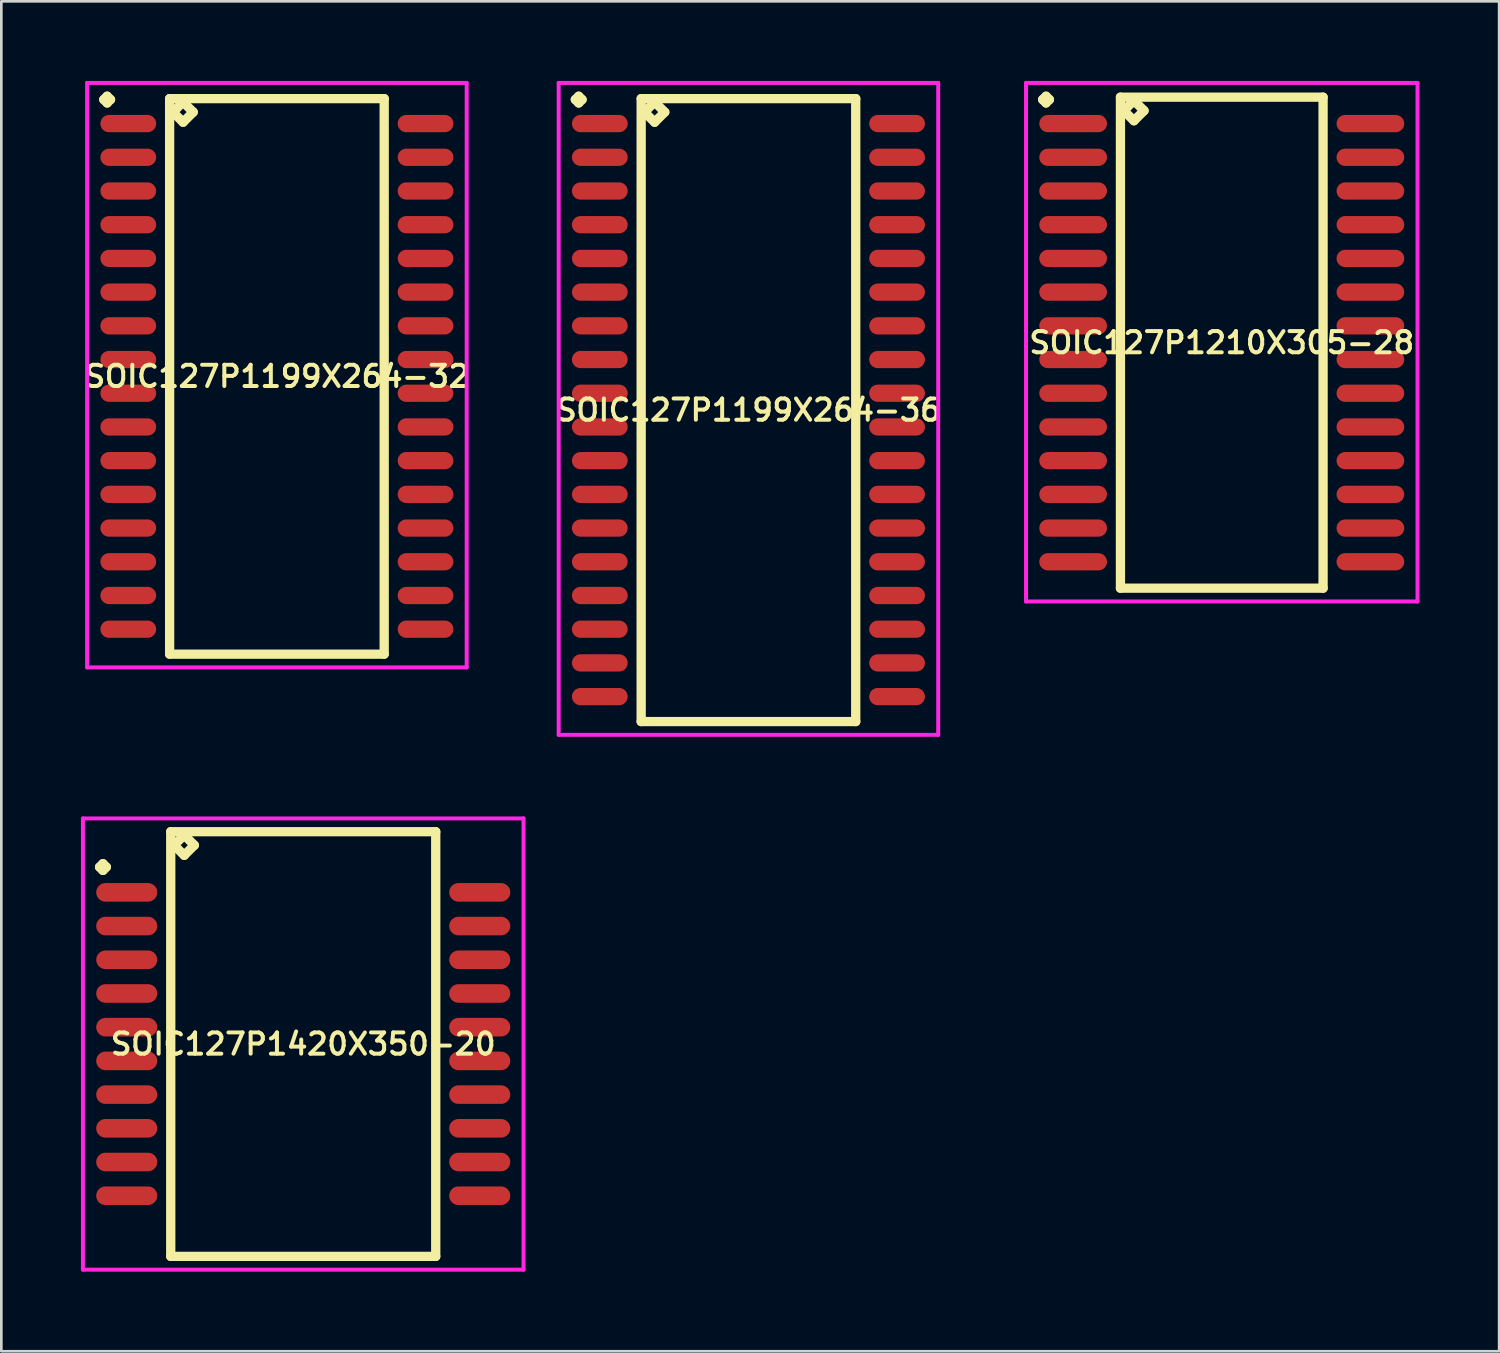
<source format=kicad_pcb>
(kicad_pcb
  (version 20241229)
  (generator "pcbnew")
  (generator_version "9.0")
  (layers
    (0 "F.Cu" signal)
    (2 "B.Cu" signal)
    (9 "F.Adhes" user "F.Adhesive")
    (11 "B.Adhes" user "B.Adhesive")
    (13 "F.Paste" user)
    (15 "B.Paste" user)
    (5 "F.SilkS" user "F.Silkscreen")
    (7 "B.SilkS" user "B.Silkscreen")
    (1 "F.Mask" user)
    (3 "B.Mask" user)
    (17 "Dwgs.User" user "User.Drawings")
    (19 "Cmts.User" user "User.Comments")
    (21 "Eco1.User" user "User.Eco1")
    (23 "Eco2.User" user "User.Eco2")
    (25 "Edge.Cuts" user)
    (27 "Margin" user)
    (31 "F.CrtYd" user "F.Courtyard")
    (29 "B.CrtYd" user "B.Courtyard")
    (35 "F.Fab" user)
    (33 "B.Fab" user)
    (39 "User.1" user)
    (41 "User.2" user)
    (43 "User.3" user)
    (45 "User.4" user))
  (footprint "SOIC127P1199X264-32"
    (layer "F.Cu")
    (at 7.383 11.131)
    (property "Reference" "SOIC127P1199X264-32" (at 0 0 0) (layer "F.SilkS") (effects (font (size 0.8 0.8) (thickness 0.15))))
    (attr smd)
    (fp_line (start -6.523 -10.429) (end -6.396 -10.556) (stroke (width 0.35) (type solid)) (layer "F.SilkS"))
    (fp_line (start -6.396 -10.556) (end -6.269 -10.429) (stroke (width 0.35) (type solid)) (layer "F.SilkS"))
    (fp_line (start -6.396 -10.302) (end -6.523 -10.429) (stroke (width 0.35) (type solid)) (layer "F.SilkS"))
    (fp_line (start -6.269 -10.429) (end -6.396 -10.302) (stroke (width 0.35) (type solid)) (layer "F.SilkS"))
    (fp_line (start -4.042 -10.465) (end -4.042 10.465) (stroke (width 0.35) (type solid)) (layer "F.SilkS"))
    (fp_line (start -4.042 10.465) (end 4.042 10.465) (stroke (width 0.35) (type solid)) (layer "F.SilkS"))
    (fp_line (start -3.915 -9.957) (end -3.534 -10.338) (stroke (width 0.35) (type solid)) (layer "F.SilkS"))
    (fp_line (start -3.534 -10.338) (end -3.153 -9.957) (stroke (width 0.35) (type solid)) (layer "F.SilkS"))
    (fp_line (start -3.534 -9.576) (end -3.915 -9.957) (stroke (width 0.35) (type solid)) (layer "F.SilkS"))
    (fp_line (start -3.153 -9.957) (end -3.534 -9.576) (stroke (width 0.35) (type solid)) (layer "F.SilkS"))
    (fp_line (start 4.042 -10.465) (end -4.042 -10.465) (stroke (width 0.35) (type solid)) (layer "F.SilkS"))
    (fp_line (start 4.042 10.465) (end 4.042 -10.465) (stroke (width 0.35) (type solid)) (layer "F.SilkS"))
    (fp_line (start -7.15 -11.056) (end 7.15 -11.056) (stroke (width 0.15) (type solid)) (layer "F.CrtYd"))
    (fp_line (start -7.15 10.965) (end -7.15 -11.056) (stroke (width 0.15) (type solid)) (layer "F.CrtYd"))
    (fp_line (start 7.15 -11.056) (end 7.15 10.965) (stroke (width 0.15) (type solid)) (layer "F.CrtYd"))
    (fp_line (start 7.15 10.965) (end -7.15 10.965) (stroke (width 0.15) (type solid)) (layer "F.CrtYd"))
    (pad "1" smd oval (at -5.6 -9.525) (size 2.1 0.65) (layers "F.Cu" "F.Mask" "F.Paste"))
    (pad "2" smd oval (at -5.6 -8.255) (size 2.1 0.65) (layers "F.Cu" "F.Mask" "F.Paste"))
    (pad "3" smd oval (at -5.6 -6.985) (size 2.1 0.65) (layers "F.Cu" "F.Mask" "F.Paste"))
    (pad "4" smd oval (at -5.6 -5.715) (size 2.1 0.65) (layers "F.Cu" "F.Mask" "F.Paste"))
    (pad "5" smd oval (at -5.6 -4.445) (size 2.1 0.65) (layers "F.Cu" "F.Mask" "F.Paste"))
    (pad "6" smd oval (at -5.6 -3.175) (size 2.1 0.65) (layers "F.Cu" "F.Mask" "F.Paste"))
    (pad "7" smd oval (at -5.6 -1.905) (size 2.1 0.65) (layers "F.Cu" "F.Mask" "F.Paste"))
    (pad "8" smd oval (at -5.6 -0.635) (size 2.1 0.65) (layers "F.Cu" "F.Mask" "F.Paste"))
    (pad "9" smd oval (at -5.6 0.635) (size 2.1 0.65) (layers "F.Cu" "F.Mask" "F.Paste"))
    (pad "10" smd oval (at -5.6 1.905) (size 2.1 0.65) (layers "F.Cu" "F.Mask" "F.Paste"))
    (pad "11" smd oval (at -5.6 3.175) (size 2.1 0.65) (layers "F.Cu" "F.Mask" "F.Paste"))
    (pad "12" smd oval (at -5.6 4.445) (size 2.1 0.65) (layers "F.Cu" "F.Mask" "F.Paste"))
    (pad "13" smd oval (at -5.6 5.715) (size 2.1 0.65) (layers "F.Cu" "F.Mask" "F.Paste"))
    (pad "14" smd oval (at -5.6 6.985) (size 2.1 0.65) (layers "F.Cu" "F.Mask" "F.Paste"))
    (pad "15" smd oval (at -5.6 8.255) (size 2.1 0.65) (layers "F.Cu" "F.Mask" "F.Paste"))
    (pad "16" smd oval (at -5.6 9.525) (size 2.1 0.65) (layers "F.Cu" "F.Mask" "F.Paste"))
    (pad "17" smd oval (at 5.6 9.525) (size 2.1 0.65) (layers "F.Cu" "F.Mask" "F.Paste"))
    (pad "18" smd oval (at 5.6 8.255) (size 2.1 0.65) (layers "F.Cu" "F.Mask" "F.Paste"))
    (pad "19" smd oval (at 5.6 6.985) (size 2.1 0.65) (layers "F.Cu" "F.Mask" "F.Paste"))
    (pad "20" smd oval (at 5.6 5.715) (size 2.1 0.65) (layers "F.Cu" "F.Mask" "F.Paste"))
    (pad "21" smd oval (at 5.6 4.445) (size 2.1 0.65) (layers "F.Cu" "F.Mask" "F.Paste"))
    (pad "22" smd oval (at 5.6 3.175) (size 2.1 0.65) (layers "F.Cu" "F.Mask" "F.Paste"))
    (pad "23" smd oval (at 5.6 1.905) (size 2.1 0.65) (layers "F.Cu" "F.Mask" "F.Paste"))
    (pad "24" smd oval (at 5.6 0.635) (size 2.1 0.65) (layers "F.Cu" "F.Mask" "F.Paste"))
    (pad "25" smd oval (at 5.6 -0.635) (size 2.1 0.65) (layers "F.Cu" "F.Mask" "F.Paste"))
    (pad "26" smd oval (at 5.6 -1.905) (size 2.1 0.65) (layers "F.Cu" "F.Mask" "F.Paste"))
    (pad "27" smd oval (at 5.6 -3.175) (size 2.1 0.65) (layers "F.Cu" "F.Mask" "F.Paste"))
    (pad "28" smd oval (at 5.6 -4.445) (size 2.1 0.65) (layers "F.Cu" "F.Mask" "F.Paste"))
    (pad "29" smd oval (at 5.6 -5.715) (size 2.1 0.65) (layers "F.Cu" "F.Mask" "F.Paste"))
    (pad "30" smd oval (at 5.6 -6.985) (size 2.1 0.65) (layers "F.Cu" "F.Mask" "F.Paste"))
    (pad "31" smd oval (at 5.6 -8.255) (size 2.1 0.65) (layers "F.Cu" "F.Mask" "F.Paste"))
    (pad "32" smd oval (at 5.6 -9.525) (size 2.1 0.65) (layers "F.Cu" "F.Mask" "F.Paste")))
  (footprint "SOIC127P1420X350-20"
    (layer "F.Cu")
    (at 8.375 36.286)
    (property "Reference" "SOIC127P1420X350-20" (at 0 0 0) (layer "F.SilkS") (effects (font (size 0.8 0.8) (thickness 0.15))))
    (attr smd)
    (fp_line (start -7.673 -6.669) (end -7.546 -6.796) (stroke (width 0.35) (type solid)) (layer "F.SilkS"))
    (fp_line (start -7.546 -6.796) (end -7.419 -6.669) (stroke (width 0.35) (type solid)) (layer "F.SilkS"))
    (fp_line (start -7.546 -6.542) (end -7.673 -6.669) (stroke (width 0.35) (type solid)) (layer "F.SilkS"))
    (fp_line (start -7.419 -6.669) (end -7.546 -6.542) (stroke (width 0.35) (type solid)) (layer "F.SilkS"))
    (fp_line (start -4.992 -8) (end -4.992 8) (stroke (width 0.35) (type solid)) (layer "F.SilkS"))
    (fp_line (start -4.992 8) (end 4.992 8) (stroke (width 0.35) (type solid)) (layer "F.SilkS"))
    (fp_line (start -4.865 -7.492) (end -4.484 -7.873) (stroke (width 0.35) (type solid)) (layer "F.SilkS"))
    (fp_line (start -4.484 -7.873) (end -4.103 -7.492) (stroke (width 0.35) (type solid)) (layer "F.SilkS"))
    (fp_line (start -4.484 -7.111) (end -4.865 -7.492) (stroke (width 0.35) (type solid)) (layer "F.SilkS"))
    (fp_line (start -4.103 -7.492) (end -4.484 -7.111) (stroke (width 0.35) (type solid)) (layer "F.SilkS"))
    (fp_line (start 4.992 -8) (end -4.992 -8) (stroke (width 0.35) (type solid)) (layer "F.SilkS"))
    (fp_line (start 4.992 8) (end 4.992 -8) (stroke (width 0.35) (type solid)) (layer "F.SilkS"))
    (fp_line (start -8.3 -8.5) (end 8.3 -8.5) (stroke (width 0.15) (type solid)) (layer "F.CrtYd"))
    (fp_line (start -8.3 8.5) (end -8.3 -8.5) (stroke (width 0.15) (type solid)) (layer "F.CrtYd"))
    (fp_line (start 8.3 -8.5) (end 8.3 8.5) (stroke (width 0.15) (type solid)) (layer "F.CrtYd"))
    (fp_line (start 8.3 8.5) (end -8.3 8.5) (stroke (width 0.15) (type solid)) (layer "F.CrtYd"))
    (pad "1" smd oval (at -6.65 -5.715) (size 2.3 0.7) (layers "F.Cu" "F.Mask" "F.Paste"))
    (pad "2" smd oval (at -6.65 -4.445) (size 2.3 0.7) (layers "F.Cu" "F.Mask" "F.Paste"))
    (pad "3" smd oval (at -6.65 -3.175) (size 2.3 0.7) (layers "F.Cu" "F.Mask" "F.Paste"))
    (pad "4" smd oval (at -6.65 -1.905) (size 2.3 0.7) (layers "F.Cu" "F.Mask" "F.Paste"))
    (pad "5" smd oval (at -6.65 -0.635) (size 2.3 0.7) (layers "F.Cu" "F.Mask" "F.Paste"))
    (pad "6" smd oval (at -6.65 0.635) (size 2.3 0.7) (layers "F.Cu" "F.Mask" "F.Paste"))
    (pad "7" smd oval (at -6.65 1.905) (size 2.3 0.7) (layers "F.Cu" "F.Mask" "F.Paste"))
    (pad "8" smd oval (at -6.65 3.175) (size 2.3 0.7) (layers "F.Cu" "F.Mask" "F.Paste"))
    (pad "9" smd oval (at -6.65 4.445) (size 2.3 0.7) (layers "F.Cu" "F.Mask" "F.Paste"))
    (pad "10" smd oval (at -6.65 5.715) (size 2.3 0.7) (layers "F.Cu" "F.Mask" "F.Paste"))
    (pad "11" smd oval (at 6.65 5.715) (size 2.3 0.7) (layers "F.Cu" "F.Mask" "F.Paste"))
    (pad "12" smd oval (at 6.65 4.445) (size 2.3 0.7) (layers "F.Cu" "F.Mask" "F.Paste"))
    (pad "13" smd oval (at 6.65 3.175) (size 2.3 0.7) (layers "F.Cu" "F.Mask" "F.Paste"))
    (pad "14" smd oval (at 6.65 1.905) (size 2.3 0.7) (layers "F.Cu" "F.Mask" "F.Paste"))
    (pad "15" smd oval (at 6.65 0.635) (size 2.3 0.7) (layers "F.Cu" "F.Mask" "F.Paste"))
    (pad "16" smd oval (at 6.65 -0.635) (size 2.3 0.7) (layers "F.Cu" "F.Mask" "F.Paste"))
    (pad "17" smd oval (at 6.65 -1.905) (size 2.3 0.7) (layers "F.Cu" "F.Mask" "F.Paste"))
    (pad "18" smd oval (at 6.65 -3.175) (size 2.3 0.7) (layers "F.Cu" "F.Mask" "F.Paste"))
    (pad "19" smd oval (at 6.65 -4.445) (size 2.3 0.7) (layers "F.Cu" "F.Mask" "F.Paste"))
    (pad "20" smd oval (at 6.65 -5.715) (size 2.3 0.7) (layers "F.Cu" "F.Mask" "F.Paste")))
  (footprint "SOIC127P1210X305-28"
    (layer "F.Cu")
    (at 42.982 9.861)
    (property "Reference" "SOIC127P1210X305-28" (at 0 0 0) (layer "F.SilkS") (effects (font (size 0.8 0.8) (thickness 0.15))))
    (attr smd)
    (fp_line (start -6.748 -9.159) (end -6.621 -9.286) (stroke (width 0.35) (type solid)) (layer "F.SilkS"))
    (fp_line (start -6.621 -9.286) (end -6.494 -9.159) (stroke (width 0.35) (type solid)) (layer "F.SilkS"))
    (fp_line (start -6.621 -9.032) (end -6.748 -9.159) (stroke (width 0.35) (type solid)) (layer "F.SilkS"))
    (fp_line (start -6.494 -9.159) (end -6.621 -9.032) (stroke (width 0.35) (type solid)) (layer "F.SilkS"))
    (fp_line (start -3.817 -9.25) (end -3.817 9.25) (stroke (width 0.35) (type solid)) (layer "F.SilkS"))
    (fp_line (start -3.817 9.25) (end 3.817 9.25) (stroke (width 0.35) (type solid)) (layer "F.SilkS"))
    (fp_line (start -3.69 -8.742) (end -3.309 -9.123) (stroke (width 0.35) (type solid)) (layer "F.SilkS"))
    (fp_line (start -3.309 -9.123) (end -2.928 -8.742) (stroke (width 0.35) (type solid)) (layer "F.SilkS"))
    (fp_line (start -3.309 -8.361) (end -3.69 -8.742) (stroke (width 0.35) (type solid)) (layer "F.SilkS"))
    (fp_line (start -2.928 -8.742) (end -3.309 -8.361) (stroke (width 0.35) (type solid)) (layer "F.SilkS"))
    (fp_line (start 3.817 -9.25) (end -3.817 -9.25) (stroke (width 0.35) (type solid)) (layer "F.SilkS"))
    (fp_line (start 3.817 9.25) (end 3.817 -9.25) (stroke (width 0.35) (type solid)) (layer "F.SilkS"))
    (fp_line (start -7.375 -9.786) (end 7.375 -9.786) (stroke (width 0.15) (type solid)) (layer "F.CrtYd"))
    (fp_line (start -7.375 9.75) (end -7.375 -9.786) (stroke (width 0.15) (type solid)) (layer "F.CrtYd"))
    (fp_line (start 7.375 -9.786) (end 7.375 9.75) (stroke (width 0.15) (type solid)) (layer "F.CrtYd"))
    (fp_line (start 7.375 9.75) (end -7.375 9.75) (stroke (width 0.15) (type solid)) (layer "F.CrtYd"))
    (pad "1" smd oval (at -5.6 -8.255) (size 2.55 0.65) (layers "F.Cu" "F.Mask" "F.Paste"))
    (pad "2" smd oval (at -5.6 -6.985) (size 2.55 0.65) (layers "F.Cu" "F.Mask" "F.Paste"))
    (pad "3" smd oval (at -5.6 -5.715) (size 2.55 0.65) (layers "F.Cu" "F.Mask" "F.Paste"))
    (pad "4" smd oval (at -5.6 -4.445) (size 2.55 0.65) (layers "F.Cu" "F.Mask" "F.Paste"))
    (pad "5" smd oval (at -5.6 -3.175) (size 2.55 0.65) (layers "F.Cu" "F.Mask" "F.Paste"))
    (pad "6" smd oval (at -5.6 -1.905) (size 2.55 0.65) (layers "F.Cu" "F.Mask" "F.Paste"))
    (pad "7" smd oval (at -5.6 -0.635) (size 2.55 0.65) (layers "F.Cu" "F.Mask" "F.Paste"))
    (pad "8" smd oval (at -5.6 0.635) (size 2.55 0.65) (layers "F.Cu" "F.Mask" "F.Paste"))
    (pad "9" smd oval (at -5.6 1.905) (size 2.55 0.65) (layers "F.Cu" "F.Mask" "F.Paste"))
    (pad "10" smd oval (at -5.6 3.175) (size 2.55 0.65) (layers "F.Cu" "F.Mask" "F.Paste"))
    (pad "11" smd oval (at -5.6 4.445) (size 2.55 0.65) (layers "F.Cu" "F.Mask" "F.Paste"))
    (pad "12" smd oval (at -5.6 5.715) (size 2.55 0.65) (layers "F.Cu" "F.Mask" "F.Paste"))
    (pad "13" smd oval (at -5.6 6.985) (size 2.55 0.65) (layers "F.Cu" "F.Mask" "F.Paste"))
    (pad "14" smd oval (at -5.6 8.255) (size 2.55 0.65) (layers "F.Cu" "F.Mask" "F.Paste"))
    (pad "15" smd oval (at 5.6 8.255) (size 2.55 0.65) (layers "F.Cu" "F.Mask" "F.Paste"))
    (pad "16" smd oval (at 5.6 6.985) (size 2.55 0.65) (layers "F.Cu" "F.Mask" "F.Paste"))
    (pad "17" smd oval (at 5.6 5.715) (size 2.55 0.65) (layers "F.Cu" "F.Mask" "F.Paste"))
    (pad "18" smd oval (at 5.6 4.445) (size 2.55 0.65) (layers "F.Cu" "F.Mask" "F.Paste"))
    (pad "19" smd oval (at 5.6 3.175) (size 2.55 0.65) (layers "F.Cu" "F.Mask" "F.Paste"))
    (pad "20" smd oval (at 5.6 1.905) (size 2.55 0.65) (layers "F.Cu" "F.Mask" "F.Paste"))
    (pad "21" smd oval (at 5.6 0.635) (size 2.55 0.65) (layers "F.Cu" "F.Mask" "F.Paste"))
    (pad "22" smd oval (at 5.6 -0.635) (size 2.55 0.65) (layers "F.Cu" "F.Mask" "F.Paste"))
    (pad "23" smd oval (at 5.6 -1.905) (size 2.55 0.65) (layers "F.Cu" "F.Mask" "F.Paste"))
    (pad "24" smd oval (at 5.6 -3.175) (size 2.55 0.65) (layers "F.Cu" "F.Mask" "F.Paste"))
    (pad "25" smd oval (at 5.6 -4.445) (size 2.55 0.65) (layers "F.Cu" "F.Mask" "F.Paste"))
    (pad "26" smd oval (at 5.6 -5.715) (size 2.55 0.65) (layers "F.Cu" "F.Mask" "F.Paste"))
    (pad "27" smd oval (at 5.6 -6.985) (size 2.55 0.65) (layers "F.Cu" "F.Mask" "F.Paste"))
    (pad "28" smd oval (at 5.6 -8.255) (size 2.55 0.65) (layers "F.Cu" "F.Mask" "F.Paste")))
  (footprint "SOIC127P1199X264-36"
    (layer "F.Cu")
    (at 25.149 12.401)
    (property "Reference" "SOIC127P1199X264-36" (at 0 0 0) (layer "F.SilkS") (effects (font (size 0.8 0.8) (thickness 0.15))))
    (attr smd)
    (fp_line (start -6.523 -11.699) (end -6.396 -11.826) (stroke (width 0.35) (type solid)) (layer "F.SilkS"))
    (fp_line (start -6.396 -11.826) (end -6.269 -11.699) (stroke (width 0.35) (type solid)) (layer "F.SilkS"))
    (fp_line (start -6.396 -11.572) (end -6.523 -11.699) (stroke (width 0.35) (type solid)) (layer "F.SilkS"))
    (fp_line (start -6.269 -11.699) (end -6.396 -11.572) (stroke (width 0.35) (type solid)) (layer "F.SilkS"))
    (fp_line (start -4.042 -11.735) (end -4.042 11.735) (stroke (width 0.35) (type solid)) (layer "F.SilkS"))
    (fp_line (start -4.042 11.735) (end 4.042 11.735) (stroke (width 0.35) (type solid)) (layer "F.SilkS"))
    (fp_line (start -3.915 -11.227) (end -3.534 -11.608) (stroke (width 0.35) (type solid)) (layer "F.SilkS"))
    (fp_line (start -3.534 -11.608) (end -3.153 -11.227) (stroke (width 0.35) (type solid)) (layer "F.SilkS"))
    (fp_line (start -3.534 -10.846) (end -3.915 -11.227) (stroke (width 0.35) (type solid)) (layer "F.SilkS"))
    (fp_line (start -3.153 -11.227) (end -3.534 -10.846) (stroke (width 0.35) (type solid)) (layer "F.SilkS"))
    (fp_line (start 4.042 -11.735) (end -4.042 -11.735) (stroke (width 0.35) (type solid)) (layer "F.SilkS"))
    (fp_line (start 4.042 11.735) (end 4.042 -11.735) (stroke (width 0.35) (type solid)) (layer "F.SilkS"))
    (fp_line (start -7.15 -12.326) (end 7.15 -12.326) (stroke (width 0.15) (type solid)) (layer "F.CrtYd"))
    (fp_line (start -7.15 12.235) (end -7.15 -12.326) (stroke (width 0.15) (type solid)) (layer "F.CrtYd"))
    (fp_line (start 7.15 -12.326) (end 7.15 12.235) (stroke (width 0.15) (type solid)) (layer "F.CrtYd"))
    (fp_line (start 7.15 12.235) (end -7.15 12.235) (stroke (width 0.15) (type solid)) (layer "F.CrtYd"))
    (pad "1" smd oval (at -5.6 -10.795) (size 2.1 0.65) (layers "F.Cu" "F.Mask" "F.Paste"))
    (pad "2" smd oval (at -5.6 -9.525) (size 2.1 0.65) (layers "F.Cu" "F.Mask" "F.Paste"))
    (pad "3" smd oval (at -5.6 -8.255) (size 2.1 0.65) (layers "F.Cu" "F.Mask" "F.Paste"))
    (pad "4" smd oval (at -5.6 -6.985) (size 2.1 0.65) (layers "F.Cu" "F.Mask" "F.Paste"))
    (pad "5" smd oval (at -5.6 -5.715) (size 2.1 0.65) (layers "F.Cu" "F.Mask" "F.Paste"))
    (pad "6" smd oval (at -5.6 -4.445) (size 2.1 0.65) (layers "F.Cu" "F.Mask" "F.Paste"))
    (pad "7" smd oval (at -5.6 -3.175) (size 2.1 0.65) (layers "F.Cu" "F.Mask" "F.Paste"))
    (pad "8" smd oval (at -5.6 -1.905) (size 2.1 0.65) (layers "F.Cu" "F.Mask" "F.Paste"))
    (pad "9" smd oval (at -5.6 -0.635) (size 2.1 0.65) (layers "F.Cu" "F.Mask" "F.Paste"))
    (pad "10" smd oval (at -5.6 0.635) (size 2.1 0.65) (layers "F.Cu" "F.Mask" "F.Paste"))
    (pad "11" smd oval (at -5.6 1.905) (size 2.1 0.65) (layers "F.Cu" "F.Mask" "F.Paste"))
    (pad "12" smd oval (at -5.6 3.175) (size 2.1 0.65) (layers "F.Cu" "F.Mask" "F.Paste"))
    (pad "13" smd oval (at -5.6 4.445) (size 2.1 0.65) (layers "F.Cu" "F.Mask" "F.Paste"))
    (pad "14" smd oval (at -5.6 5.715) (size 2.1 0.65) (layers "F.Cu" "F.Mask" "F.Paste"))
    (pad "15" smd oval (at -5.6 6.985) (size 2.1 0.65) (layers "F.Cu" "F.Mask" "F.Paste"))
    (pad "16" smd oval (at -5.6 8.255) (size 2.1 0.65) (layers "F.Cu" "F.Mask" "F.Paste"))
    (pad "17" smd oval (at -5.6 9.525) (size 2.1 0.65) (layers "F.Cu" "F.Mask" "F.Paste"))
    (pad "18" smd oval (at -5.6 10.795) (size 2.1 0.65) (layers "F.Cu" "F.Mask" "F.Paste"))
    (pad "19" smd oval (at 5.6 10.795) (size 2.1 0.65) (layers "F.Cu" "F.Mask" "F.Paste"))
    (pad "20" smd oval (at 5.6 9.525) (size 2.1 0.65) (layers "F.Cu" "F.Mask" "F.Paste"))
    (pad "21" smd oval (at 5.6 8.255) (size 2.1 0.65) (layers "F.Cu" "F.Mask" "F.Paste"))
    (pad "22" smd oval (at 5.6 6.985) (size 2.1 0.65) (layers "F.Cu" "F.Mask" "F.Paste"))
    (pad "23" smd oval (at 5.6 5.715) (size 2.1 0.65) (layers "F.Cu" "F.Mask" "F.Paste"))
    (pad "24" smd oval (at 5.6 4.445) (size 2.1 0.65) (layers "F.Cu" "F.Mask" "F.Paste"))
    (pad "25" smd oval (at 5.6 3.175) (size 2.1 0.65) (layers "F.Cu" "F.Mask" "F.Paste"))
    (pad "26" smd oval (at 5.6 1.905) (size 2.1 0.65) (layers "F.Cu" "F.Mask" "F.Paste"))
    (pad "27" smd oval (at 5.6 0.635) (size 2.1 0.65) (layers "F.Cu" "F.Mask" "F.Paste"))
    (pad "28" smd oval (at 5.6 -0.635) (size 2.1 0.65) (layers "F.Cu" "F.Mask" "F.Paste"))
    (pad "29" smd oval (at 5.6 -1.905) (size 2.1 0.65) (layers "F.Cu" "F.Mask" "F.Paste"))
    (pad "30" smd oval (at 5.6 -3.175) (size 2.1 0.65) (layers "F.Cu" "F.Mask" "F.Paste"))
    (pad "31" smd oval (at 5.6 -4.445) (size 2.1 0.65) (layers "F.Cu" "F.Mask" "F.Paste"))
    (pad "32" smd oval (at 5.6 -5.715) (size 2.1 0.65) (layers "F.Cu" "F.Mask" "F.Paste"))
    (pad "33" smd oval (at 5.6 -6.985) (size 2.1 0.65) (layers "F.Cu" "F.Mask" "F.Paste"))
    (pad "34" smd oval (at 5.6 -8.255) (size 2.1 0.65) (layers "F.Cu" "F.Mask" "F.Paste"))
    (pad "35" smd oval (at 5.6 -9.525) (size 2.1 0.65) (layers "F.Cu" "F.Mask" "F.Paste"))
    (pad "36" smd oval (at 5.6 -10.795) (size 2.1 0.65) (layers "F.Cu" "F.Mask" "F.Paste")))
  (gr_rect
    (start -3 -3)
    (end 53.432 47.861)
    (stroke (width 0.1) (type default))
    (fill no)
    (layer "Edge.Cuts")))
</source>
